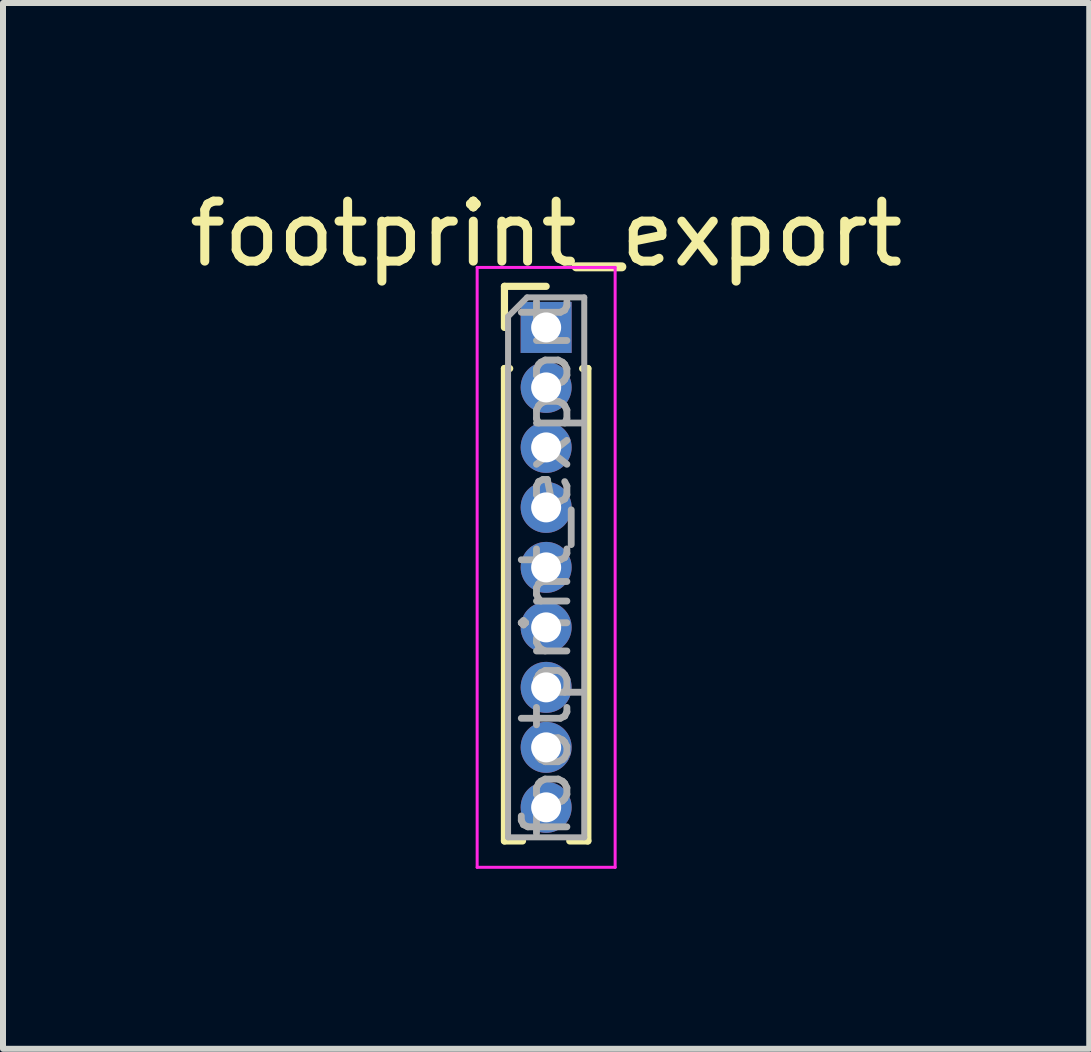
<source format=kicad_pcb>
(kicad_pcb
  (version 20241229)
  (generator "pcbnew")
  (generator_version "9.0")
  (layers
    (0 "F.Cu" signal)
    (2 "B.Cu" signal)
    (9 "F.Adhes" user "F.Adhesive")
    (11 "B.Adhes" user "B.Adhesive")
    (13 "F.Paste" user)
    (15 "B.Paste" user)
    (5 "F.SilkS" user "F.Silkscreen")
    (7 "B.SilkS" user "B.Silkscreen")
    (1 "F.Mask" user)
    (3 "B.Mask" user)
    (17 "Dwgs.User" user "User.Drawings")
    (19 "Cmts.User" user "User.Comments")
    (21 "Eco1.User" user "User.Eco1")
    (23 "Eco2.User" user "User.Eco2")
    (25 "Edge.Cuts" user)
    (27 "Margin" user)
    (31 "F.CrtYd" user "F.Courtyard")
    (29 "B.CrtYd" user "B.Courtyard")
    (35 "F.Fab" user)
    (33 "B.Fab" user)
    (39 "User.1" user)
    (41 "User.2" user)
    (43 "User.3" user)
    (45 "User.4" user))
  (footprint "footprint_export"
    (layer "F.Cu")
    (at 6.054 2.408)
    (property "Reference" "footprint_export" (at 0 -1.56 0) (layer "F.SilkS") (effects (font (size 1 1) (thickness 0.15))))
    (attr through_hole)
    (fp_line (start -0.695 -0.685) (end 0 -0.685) (stroke (width 0.12) (type solid)) (layer "F.SilkS"))
    (fp_line (start -0.695 0) (end -0.695 -0.685) (stroke (width 0.12) (type solid)) (layer "F.SilkS"))
    (fp_line (start -0.695 0.685) (end -0.695 8.56) (stroke (width 0.12) (type solid)) (layer "F.SilkS"))
    (fp_line (start -0.695 0.685) (end -0.608 0.685) (stroke (width 0.12) (type solid)) (layer "F.SilkS"))
    (fp_line (start -0.695 8.56) (end -0.394 8.56) (stroke (width 0.12) (type solid)) (layer "F.SilkS"))
    (fp_line (start 0.394 8.56) (end 0.695 8.56) (stroke (width 0.12) (type solid)) (layer "F.SilkS"))
    (fp_line (start 0.608 0.685) (end 0.695 0.685) (stroke (width 0.12) (type solid)) (layer "F.SilkS"))
    (fp_line (start 0.695 0.685) (end 0.695 8.56) (stroke (width 0.12) (type solid)) (layer "F.SilkS"))
    (fp_line (start -1.15 -1) (end -1.15 9) (stroke (width 0.05) (type solid)) (layer "F.CrtYd"))
    (fp_line (start -1.15 9) (end 1.15 9) (stroke (width 0.05) (type solid)) (layer "F.CrtYd"))
    (fp_line (start 1.15 -1) (end -1.15 -1) (stroke (width 0.05) (type solid)) (layer "F.CrtYd"))
    (fp_line (start 1.15 9) (end 1.15 -1) (stroke (width 0.05) (type solid)) (layer "F.CrtYd"))
    (fp_line (start -0.635 -0.182) (end -0.318 -0.5) (stroke (width 0.1) (type solid)) (layer "F.Fab"))
    (fp_line (start -0.635 8.5) (end -0.635 -0.182) (stroke (width 0.1) (type solid)) (layer "F.Fab"))
    (fp_line (start -0.318 -0.5) (end 0.635 -0.5) (stroke (width 0.1) (type solid)) (layer "F.Fab"))
    (fp_line (start 0.635 -0.5) (end 0.635 8.5) (stroke (width 0.1) (type solid)) (layer "F.Fab"))
    (fp_line (start 0.635 8.5) (end -0.635 8.5) (stroke (width 0.1) (type solid)) (layer "F.Fab"))
    (fp_text user "${REFERENCE}" (at 0 4 90) (layer "F.Fab") (effects (font (size 0.76 0.76) (thickness 0.114))))
    (pad "1" thru_hole rect (at 0 0) (size 0.85 0.85) (drill 0.5) (layers "*.Cu" "*.Mask"))
    (pad "2" thru_hole oval (at 0 1) (size 0.85 0.85) (drill 0.5) (layers "*.Cu" "*.Mask"))
    (pad "3" thru_hole oval (at 0 2) (size 0.85 0.85) (drill 0.5) (layers "*.Cu" "*.Mask"))
    (pad "4" thru_hole oval (at 0 3) (size 0.85 0.85) (drill 0.5) (layers "*.Cu" "*.Mask"))
    (pad "5" thru_hole oval (at 0 4) (size 0.85 0.85) (drill 0.5) (layers "*.Cu" "*.Mask"))
    (pad "6" thru_hole oval (at 0 5) (size 0.85 0.85) (drill 0.5) (layers "*.Cu" "*.Mask"))
    (pad "7" thru_hole oval (at 0 6) (size 0.85 0.85) (drill 0.5) (layers "*.Cu" "*.Mask"))
    (pad "8" thru_hole oval (at 0 7) (size 0.85 0.85) (drill 0.5) (layers "*.Cu" "*.Mask"))
    (pad "9" thru_hole oval (at 0 8) (size 0.85 0.85) (drill 0.5) (layers "*.Cu" "*.Mask")))
  (gr_rect
    (start -3 -3)
    (end 15.107 14.433)
    (stroke (width 0.1) (type default))
    (fill no)
    (layer "Edge.Cuts")))
</source>
